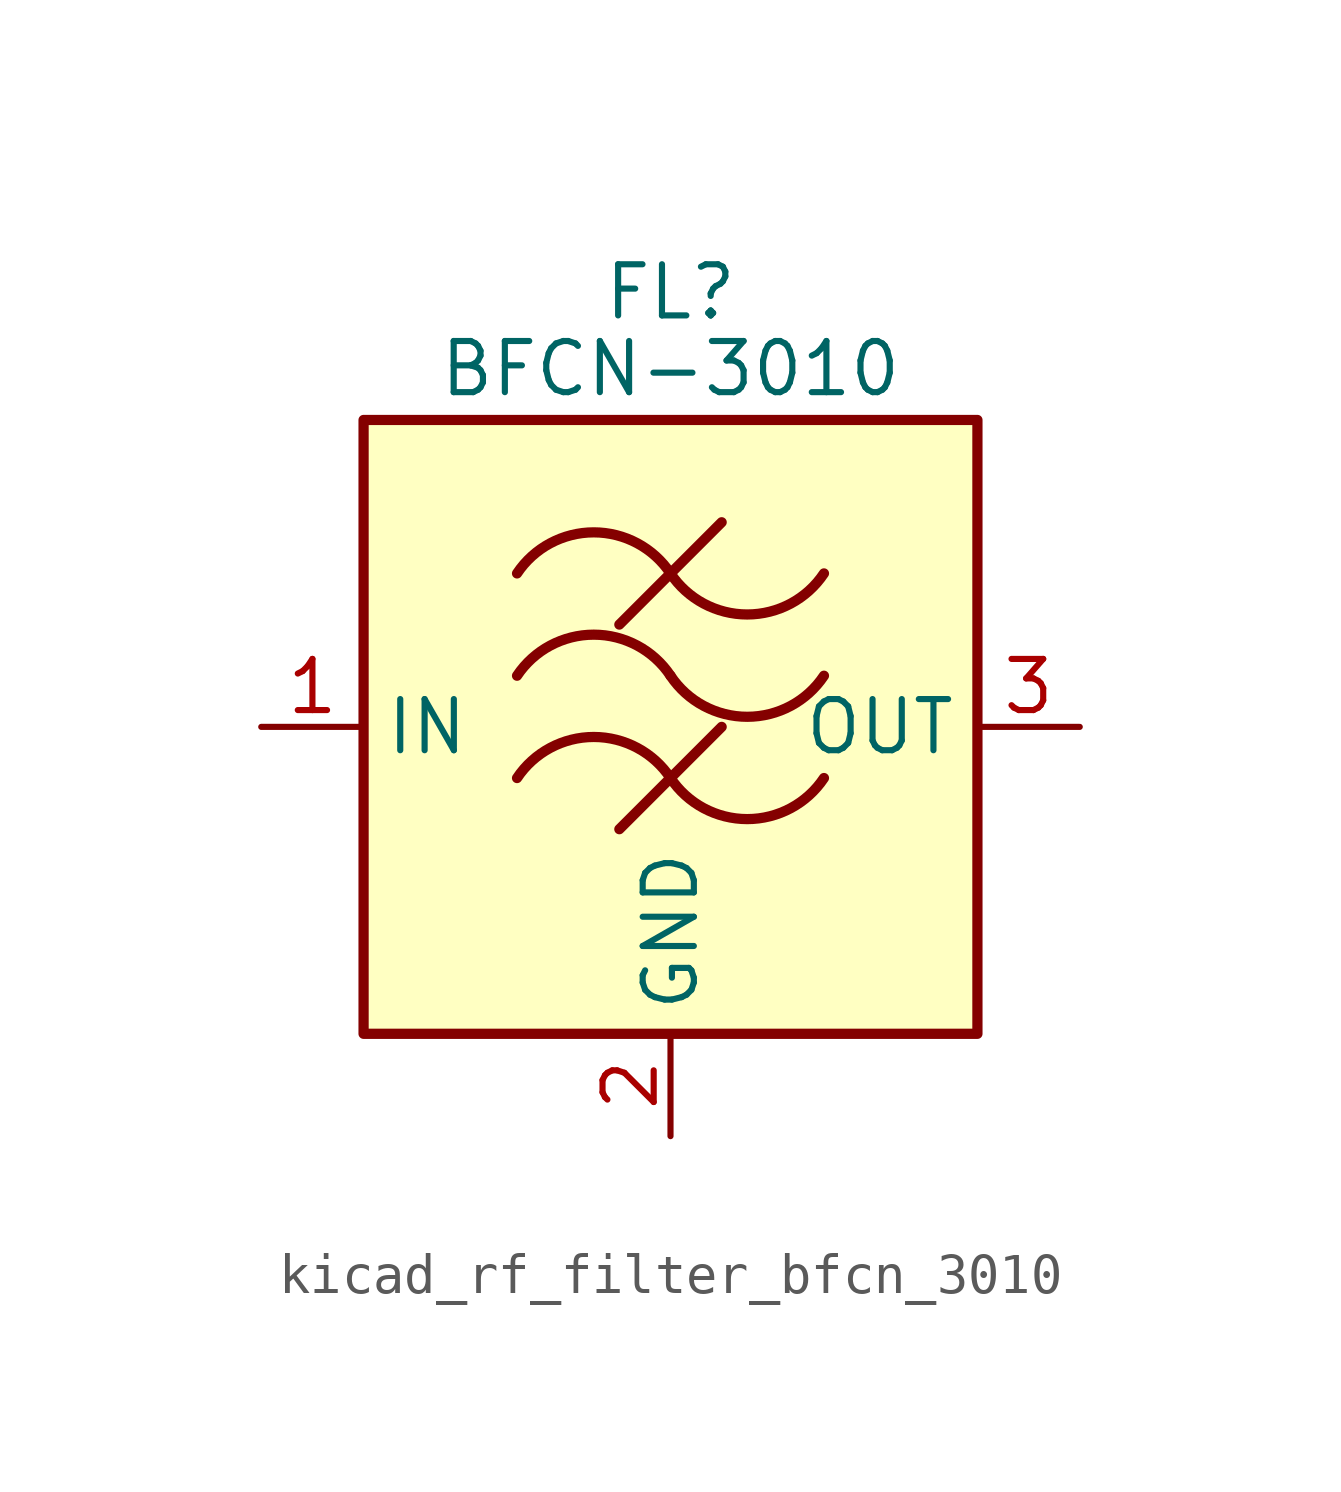
<source format=kicad_sym>
(kicad_symbol_lib
  (version 20220914)
  (generator kicad_symbol_editor)
  (symbol "kicad_rf_filter_bfcn_3010"
    (property "Reference" "FL"
      (at 0 10.795 0)
      (effects (font (size 1.27 1.27))))
    (property "Value" "BFCN-3010"
      (at 0 8.89 0)
      (effects (font (size 1.27 1.27))))
    (symbol "kicad_rf_filter_bfcn_3010_0_1"
      (rectangle (start -7.62 7.62) (end 7.62 -7.62) (stroke (width 0.254) (type default)) (fill (type background)))
      (arc (start 0 -1.27) (mid -1.905 -0.2505) (end -3.81 -1.27) (stroke (width 0.254) (type default)) (fill (type none)))
      (arc (start 0 -1.27) (mid 1.905 -2.2895) (end 3.81 -1.27) (stroke (width 0.254) (type default)) (fill (type none)))
      (polyline (pts (xy -1.27 -2.54) (xy 1.27 0)) (stroke (width 0.254) (type default)) (fill (type none)))
      (polyline (pts (xy -1.27 2.54) (xy 1.27 5.08)) (stroke (width 0.254) (type default)) (fill (type none)))
      (arc (start 0 1.27) (mid -1.905 2.2895) (end -3.81 1.27) (stroke (width 0.254) (type default)) (fill (type none)))
      (arc (start 0 1.27) (mid 1.905 0.2505) (end 3.81 1.27) (stroke (width 0.254) (type default)) (fill (type none)))
      (arc (start 0 3.81) (mid -1.905 4.8295) (end -3.81 3.81) (stroke (width 0.254) (type default)) (fill (type none)))
      (arc (start 0 3.81) (mid 1.905 2.7905) (end 3.81 3.81) (stroke (width 0.254) (type default)) (fill (type none))))
    (symbol "kicad_rf_filter_bfcn_3010_1_1"
      (pin passive line (at -10.16 0 0) (length 2.54) (name "IN" (effects (font (size 1.27 1.27)))) (number "1" (effects (font (size 1.27 1.27)))))
      (pin passive line (at 0 -10.16 90) (length 2.54) (name "GND" (effects (font (size 1.27 1.27)))) (number "2" (effects (font (size 1.27 1.27)))))
      (pin passive line (at 10.16 0 180) (length 2.54) (name "OUT" (effects (font (size 1.27 1.27)))) (number "3" (effects (font (size 1.27 1.27)))))
      (pin passive line (at 0 -10.16 90) (length 2.54) hide (name "GND" (effects (font (size 1.27 1.27)))) (number "4" (effects (font (size 1.27 1.27))))))))
</source>
